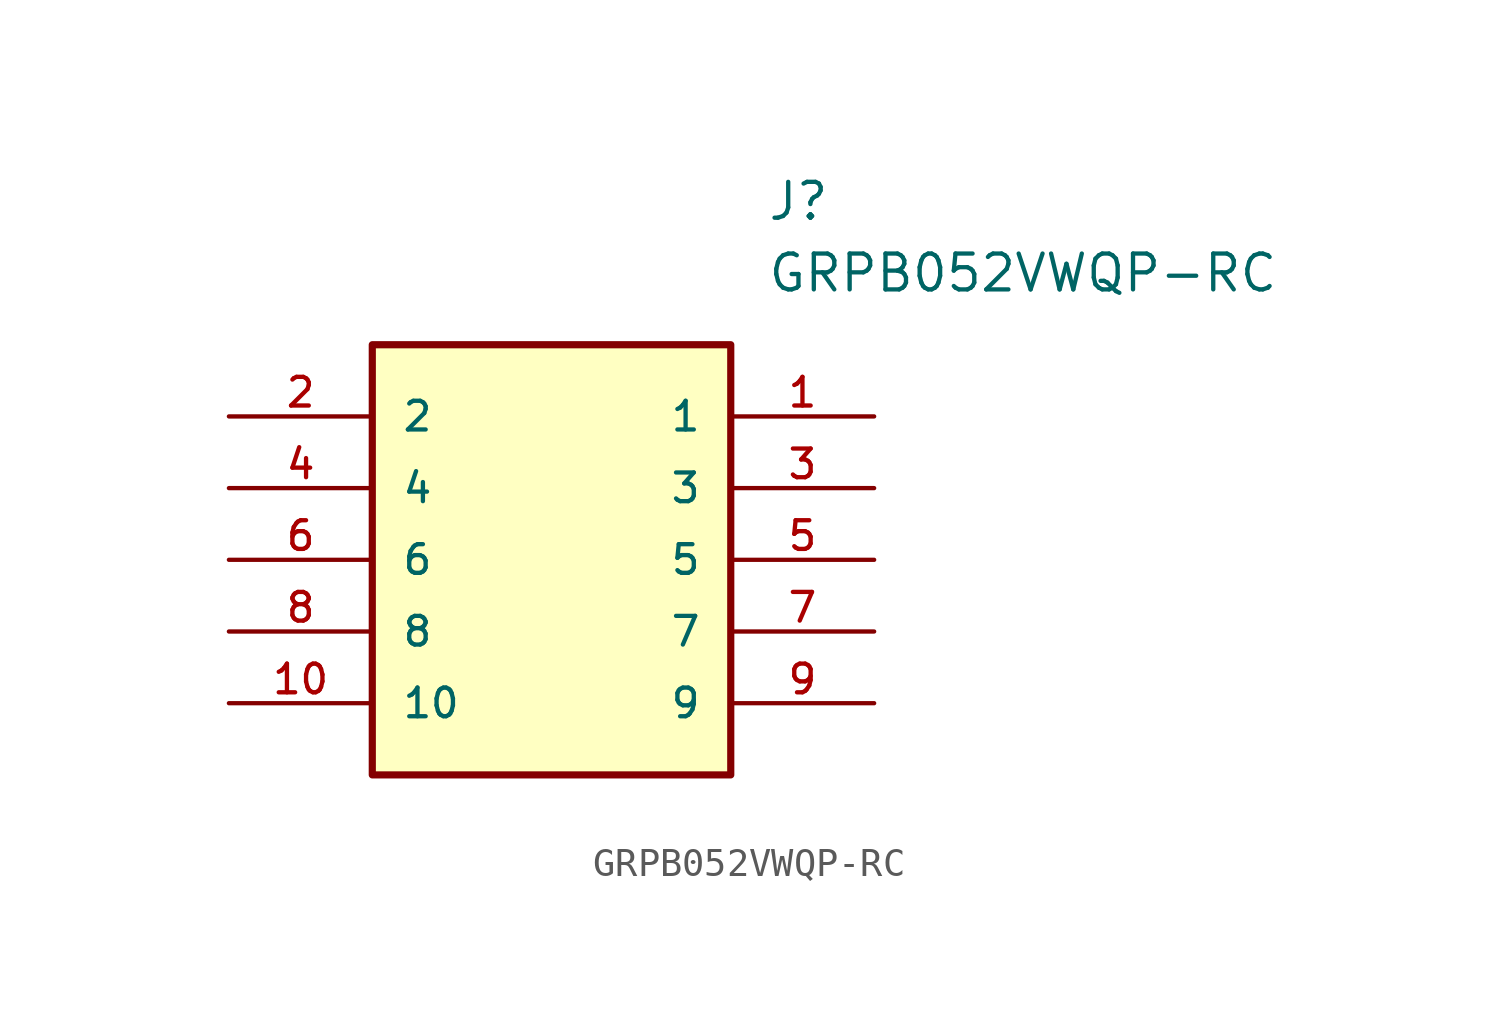
<source format=kicad_sym>
(kicad_symbol_lib
  (version 20211014)
  (generator kicad_symbol_editor)
  (symbol "GRPB052VWQP-RC"
    (pin_names
      (offset 1.016))
    (property "Reference" "J"
      (at 19.05 7.62 0)
      (effects (font (size 1.27 1.27)) (justify left)))
    (property "Value" "GRPB052VWQP-RC"
      (at 19.05 5.08 0)
      (effects (font (size 1.27 1.27)) (justify left)))
    (symbol "GRPB052VWQP-RC_0_0"
      (rectangle (start 5.08 -12.7) (end 17.78 2.54) (stroke (width 0.254)) (fill (type background)))
      (pin bidirectional line (at 22.86 0.0 180.0) (length 5.08) (name "1" (effects (font (size 1.016 1.016)))) (number "1" (effects (font (size 1.016 1.016)))))
      (pin bidirectional line (at 0.0 0.0 0) (length 5.08) (name "2" (effects (font (size 1.016 1.016)))) (number "2" (effects (font (size 1.016 1.016)))))
      (pin bidirectional line (at 22.86 -2.54 180.0) (length 5.08) (name "3" (effects (font (size 1.016 1.016)))) (number "3" (effects (font (size 1.016 1.016)))))
      (pin bidirectional line (at 0.0 -2.54 0) (length 5.08) (name "4" (effects (font (size 1.016 1.016)))) (number "4" (effects (font (size 1.016 1.016)))))
      (pin bidirectional line (at 22.86 -5.08 180.0) (length 5.08) (name "5" (effects (font (size 1.016 1.016)))) (number "5" (effects (font (size 1.016 1.016)))))
      (pin bidirectional line (at 0.0 -5.08 0) (length 5.08) (name "6" (effects (font (size 1.016 1.016)))) (number "6" (effects (font (size 1.016 1.016)))))
      (pin bidirectional line (at 22.86 -7.62 180.0) (length 5.08) (name "7" (effects (font (size 1.016 1.016)))) (number "7" (effects (font (size 1.016 1.016)))))
      (pin bidirectional line (at 0.0 -7.62 0) (length 5.08) (name "8" (effects (font (size 1.016 1.016)))) (number "8" (effects (font (size 1.016 1.016)))))
      (pin bidirectional line (at 22.86 -10.16 180.0) (length 5.08) (name "9" (effects (font (size 1.016 1.016)))) (number "9" (effects (font (size 1.016 1.016)))))
      (pin bidirectional line (at 0.0 -10.16 0) (length 5.08) (name "10" (effects (font (size 1.016 1.016)))) (number "10" (effects (font (size 1.016 1.016))))))))
</source>
